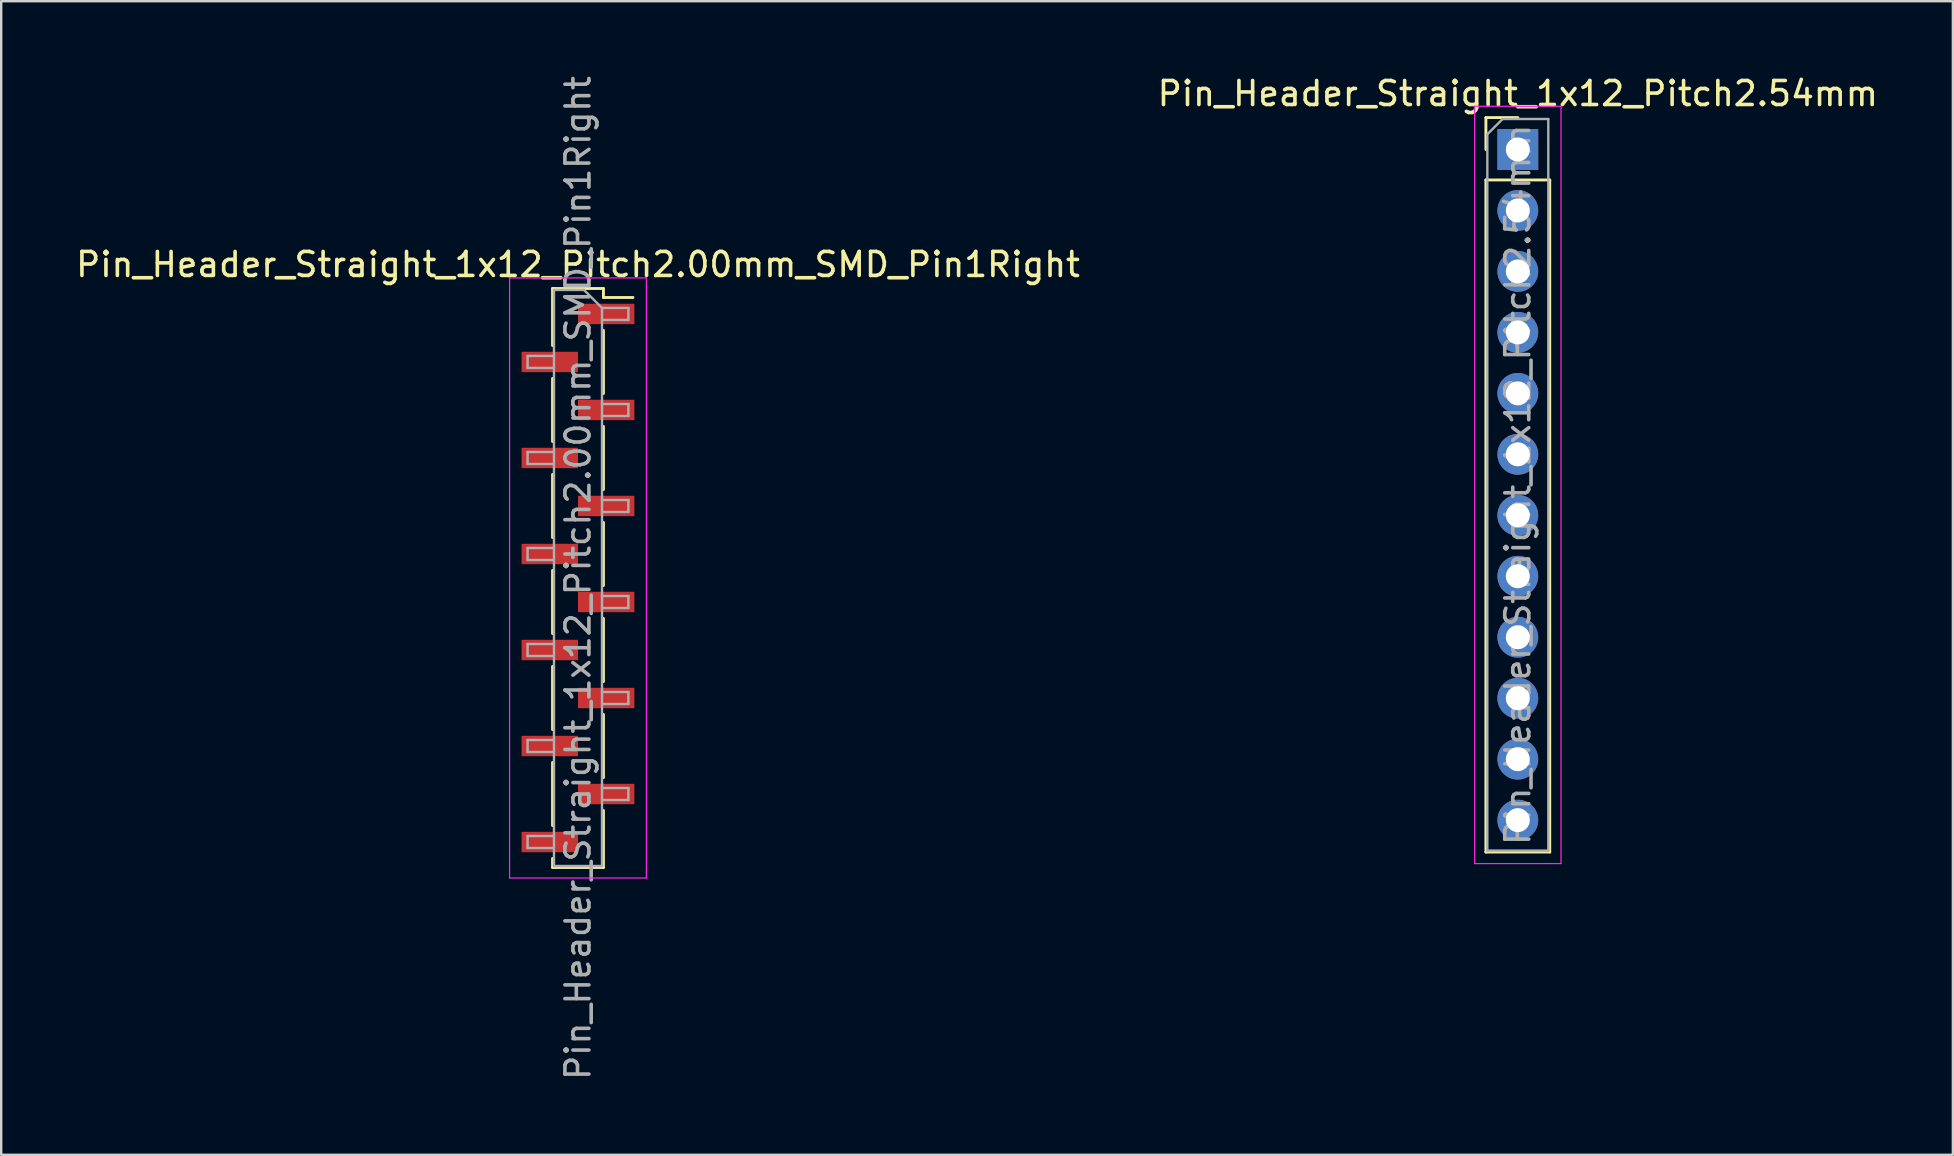
<source format=kicad_pcb>
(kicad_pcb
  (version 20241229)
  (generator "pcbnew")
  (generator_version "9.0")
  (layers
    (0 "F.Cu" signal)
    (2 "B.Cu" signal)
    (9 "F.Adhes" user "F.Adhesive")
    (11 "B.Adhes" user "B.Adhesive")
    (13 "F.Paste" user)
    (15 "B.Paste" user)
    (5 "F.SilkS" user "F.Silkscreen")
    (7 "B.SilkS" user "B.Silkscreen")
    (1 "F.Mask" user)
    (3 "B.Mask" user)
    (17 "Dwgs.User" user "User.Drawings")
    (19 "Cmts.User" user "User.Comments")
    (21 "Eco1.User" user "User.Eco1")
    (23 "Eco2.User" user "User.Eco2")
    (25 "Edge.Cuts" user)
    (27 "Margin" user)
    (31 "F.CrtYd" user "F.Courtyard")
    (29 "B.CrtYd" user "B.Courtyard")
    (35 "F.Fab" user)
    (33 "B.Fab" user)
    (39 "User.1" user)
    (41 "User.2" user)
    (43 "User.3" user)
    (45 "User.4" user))
  (footprint "Pin_Header_Straight_1x12_Pitch2.54mm"
    (layer "F.Cu")
    (at 60.185 3.178)
    (property "Reference" "Pin_Header_Straight_1x12_Pitch2.54mm" (at 0 -2.33 0) (layer "F.SilkS") (effects (font (size 1 1) (thickness 0.15))))
    (attr through_hole)
    (fp_line (start -1.33 -1.33) (end 0 -1.33) (stroke (width 0.12) (type solid)) (layer "F.SilkS"))
    (fp_line (start -1.33 0) (end -1.33 -1.33) (stroke (width 0.12) (type solid)) (layer "F.SilkS"))
    (fp_line (start -1.33 1.27) (end -1.33 29.27) (stroke (width 0.12) (type solid)) (layer "F.SilkS"))
    (fp_line (start -1.33 1.27) (end 1.33 1.27) (stroke (width 0.12) (type solid)) (layer "F.SilkS"))
    (fp_line (start -1.33 29.27) (end 1.33 29.27) (stroke (width 0.12) (type solid)) (layer "F.SilkS"))
    (fp_line (start 1.33 1.27) (end 1.33 29.27) (stroke (width 0.12) (type solid)) (layer "F.SilkS"))
    (fp_line (start -1.8 -1.8) (end -1.8 29.75) (stroke (width 0.05) (type solid)) (layer "F.CrtYd"))
    (fp_line (start -1.8 29.75) (end 1.8 29.75) (stroke (width 0.05) (type solid)) (layer "F.CrtYd"))
    (fp_line (start 1.8 -1.8) (end -1.8 -1.8) (stroke (width 0.05) (type solid)) (layer "F.CrtYd"))
    (fp_line (start 1.8 29.75) (end 1.8 -1.8) (stroke (width 0.05) (type solid)) (layer "F.CrtYd"))
    (fp_line (start -1.27 -0.635) (end -0.635 -1.27) (stroke (width 0.1) (type solid)) (layer "F.Fab"))
    (fp_line (start -1.27 29.21) (end -1.27 -0.635) (stroke (width 0.1) (type solid)) (layer "F.Fab"))
    (fp_line (start -0.635 -1.27) (end 1.27 -1.27) (stroke (width 0.1) (type solid)) (layer "F.Fab"))
    (fp_line (start 1.27 -1.27) (end 1.27 29.21) (stroke (width 0.1) (type solid)) (layer "F.Fab"))
    (fp_line (start 1.27 29.21) (end -1.27 29.21) (stroke (width 0.1) (type solid)) (layer "F.Fab"))
    (fp_text user "${REFERENCE}" (at 0 13.97 90) (layer "F.Fab") (effects (font (size 1 1) (thickness 0.15))))
    (pad "1" thru_hole rect (at 0 0) (size 1.7 1.7) (drill 1) (layers "*.Cu" "*.Mask"))
    (pad "2" thru_hole oval (at 0 2.54) (size 1.7 1.7) (drill 1) (layers "*.Cu" "*.Mask"))
    (pad "3" thru_hole oval (at 0 5.08) (size 1.7 1.7) (drill 1) (layers "*.Cu" "*.Mask"))
    (pad "4" thru_hole oval (at 0 7.62) (size 1.7 1.7) (drill 1) (layers "*.Cu" "*.Mask"))
    (pad "5" thru_hole oval (at 0 10.16) (size 1.7 1.7) (drill 1) (layers "*.Cu" "*.Mask"))
    (pad "6" thru_hole oval (at 0 12.7) (size 1.7 1.7) (drill 1) (layers "*.Cu" "*.Mask"))
    (pad "7" thru_hole oval (at 0 15.24) (size 1.7 1.7) (drill 1) (layers "*.Cu" "*.Mask"))
    (pad "8" thru_hole oval (at 0 17.78) (size 1.7 1.7) (drill 1) (layers "*.Cu" "*.Mask"))
    (pad "9" thru_hole oval (at 0 20.32) (size 1.7 1.7) (drill 1) (layers "*.Cu" "*.Mask"))
    (pad "10" thru_hole oval (at 0 22.86) (size 1.7 1.7) (drill 1) (layers "*.Cu" "*.Mask"))
    (pad "11" thru_hole oval (at 0 25.4) (size 1.7 1.7) (drill 1) (layers "*.Cu" "*.Mask"))
    (pad "12" thru_hole oval (at 0 27.94) (size 1.7 1.7) (drill 1) (layers "*.Cu" "*.Mask")))
  (footprint "Pin_Header_Straight_1x12_Pitch2.00mm_SMD_Pin1Right"
    (layer "F.Cu")
    (at 21.03 21.03)
    (property "Reference" "Pin_Header_Straight_1x12_Pitch2.00mm_SMD_Pin1Right" (at 0 -13.06 0) (layer "F.SilkS") (effects (font (size 1 1) (thickness 0.15))))
    (attr smd)
    (fp_line (start -1.06 -12.06) (end -1.06 -9.685) (stroke (width 0.12) (type solid)) (layer "F.SilkS"))
    (fp_line (start -1.06 -12.06) (end 1.06 -12.06) (stroke (width 0.12) (type solid)) (layer "F.SilkS"))
    (fp_line (start -1.06 -8.315) (end -1.06 -5.685) (stroke (width 0.12) (type solid)) (layer "F.SilkS"))
    (fp_line (start -1.06 -4.315) (end -1.06 -1.685) (stroke (width 0.12) (type solid)) (layer "F.SilkS"))
    (fp_line (start -1.06 -0.315) (end -1.06 2.315) (stroke (width 0.12) (type solid)) (layer "F.SilkS"))
    (fp_line (start -1.06 3.685) (end -1.06 6.315) (stroke (width 0.12) (type solid)) (layer "F.SilkS"))
    (fp_line (start -1.06 7.685) (end -1.06 10.315) (stroke (width 0.12) (type solid)) (layer "F.SilkS"))
    (fp_line (start -1.06 11.685) (end -1.06 12.06) (stroke (width 0.12) (type solid)) (layer "F.SilkS"))
    (fp_line (start -1.06 12.06) (end 1.06 12.06) (stroke (width 0.12) (type solid)) (layer "F.SilkS"))
    (fp_line (start 1.06 -12.06) (end 1.06 -11.685) (stroke (width 0.12) (type solid)) (layer "F.SilkS"))
    (fp_line (start 1.06 -11.685) (end 2.29 -11.685) (stroke (width 0.12) (type solid)) (layer "F.SilkS"))
    (fp_line (start 1.06 -10.315) (end 1.06 -7.685) (stroke (width 0.12) (type solid)) (layer "F.SilkS"))
    (fp_line (start 1.06 -6.315) (end 1.06 -3.685) (stroke (width 0.12) (type solid)) (layer "F.SilkS"))
    (fp_line (start 1.06 -2.315) (end 1.06 0.315) (stroke (width 0.12) (type solid)) (layer "F.SilkS"))
    (fp_line (start 1.06 1.685) (end 1.06 4.315) (stroke (width 0.12) (type solid)) (layer "F.SilkS"))
    (fp_line (start 1.06 5.685) (end 1.06 8.315) (stroke (width 0.12) (type solid)) (layer "F.SilkS"))
    (fp_line (start 1.06 9.685) (end 1.06 12.06) (stroke (width 0.12) (type solid)) (layer "F.SilkS"))
    (fp_line (start -2.85 -12.5) (end -2.85 12.5) (stroke (width 0.05) (type solid)) (layer "F.CrtYd"))
    (fp_line (start -2.85 12.5) (end 2.85 12.5) (stroke (width 0.05) (type solid)) (layer "F.CrtYd"))
    (fp_line (start 2.85 -12.5) (end -2.85 -12.5) (stroke (width 0.05) (type solid)) (layer "F.CrtYd"))
    (fp_line (start 2.85 12.5) (end 2.85 -12.5) (stroke (width 0.05) (type solid)) (layer "F.CrtYd"))
    (fp_line (start -2.1 -9.25) (end -2.1 -8.75) (stroke (width 0.1) (type solid)) (layer "F.Fab"))
    (fp_line (start -2.1 -8.75) (end -1 -8.75) (stroke (width 0.1) (type solid)) (layer "F.Fab"))
    (fp_line (start -2.1 -5.25) (end -2.1 -4.75) (stroke (width 0.1) (type solid)) (layer "F.Fab"))
    (fp_line (start -2.1 -4.75) (end -1 -4.75) (stroke (width 0.1) (type solid)) (layer "F.Fab"))
    (fp_line (start -2.1 -1.25) (end -2.1 -0.75) (stroke (width 0.1) (type solid)) (layer "F.Fab"))
    (fp_line (start -2.1 -0.75) (end -1 -0.75) (stroke (width 0.1) (type solid)) (layer "F.Fab"))
    (fp_line (start -2.1 2.75) (end -2.1 3.25) (stroke (width 0.1) (type solid)) (layer "F.Fab"))
    (fp_line (start -2.1 3.25) (end -1 3.25) (stroke (width 0.1) (type solid)) (layer "F.Fab"))
    (fp_line (start -2.1 6.75) (end -2.1 7.25) (stroke (width 0.1) (type solid)) (layer "F.Fab"))
    (fp_line (start -2.1 7.25) (end -1 7.25) (stroke (width 0.1) (type solid)) (layer "F.Fab"))
    (fp_line (start -2.1 10.75) (end -2.1 11.25) (stroke (width 0.1) (type solid)) (layer "F.Fab"))
    (fp_line (start -2.1 11.25) (end -1 11.25) (stroke (width 0.1) (type solid)) (layer "F.Fab"))
    (fp_line (start -1 -12) (end -1 12) (stroke (width 0.1) (type solid)) (layer "F.Fab"))
    (fp_line (start -1 -12) (end 0.25 -12) (stroke (width 0.1) (type solid)) (layer "F.Fab"))
    (fp_line (start -1 -9.25) (end -2.1 -9.25) (stroke (width 0.1) (type solid)) (layer "F.Fab"))
    (fp_line (start -1 -5.25) (end -2.1 -5.25) (stroke (width 0.1) (type solid)) (layer "F.Fab"))
    (fp_line (start -1 -1.25) (end -2.1 -1.25) (stroke (width 0.1) (type solid)) (layer "F.Fab"))
    (fp_line (start -1 2.75) (end -2.1 2.75) (stroke (width 0.1) (type solid)) (layer "F.Fab"))
    (fp_line (start -1 6.75) (end -2.1 6.75) (stroke (width 0.1) (type solid)) (layer "F.Fab"))
    (fp_line (start -1 10.75) (end -2.1 10.75) (stroke (width 0.1) (type solid)) (layer "F.Fab"))
    (fp_line (start 1 -11.25) (end 0.25 -12) (stroke (width 0.1) (type solid)) (layer "F.Fab"))
    (fp_line (start 1 -11.25) (end 2.1 -11.25) (stroke (width 0.1) (type solid)) (layer "F.Fab"))
    (fp_line (start 1 -7.25) (end 2.1 -7.25) (stroke (width 0.1) (type solid)) (layer "F.Fab"))
    (fp_line (start 1 -3.25) (end 2.1 -3.25) (stroke (width 0.1) (type solid)) (layer "F.Fab"))
    (fp_line (start 1 0.75) (end 2.1 0.75) (stroke (width 0.1) (type solid)) (layer "F.Fab"))
    (fp_line (start 1 4.75) (end 2.1 4.75) (stroke (width 0.1) (type solid)) (layer "F.Fab"))
    (fp_line (start 1 8.75) (end 2.1 8.75) (stroke (width 0.1) (type solid)) (layer "F.Fab"))
    (fp_line (start 1 12) (end -1 12) (stroke (width 0.1) (type solid)) (layer "F.Fab"))
    (fp_line (start 1 12) (end 1 -11.25) (stroke (width 0.1) (type solid)) (layer "F.Fab"))
    (fp_line (start 2.1 -11.25) (end 2.1 -10.75) (stroke (width 0.1) (type solid)) (layer "F.Fab"))
    (fp_line (start 2.1 -10.75) (end 1 -10.75) (stroke (width 0.1) (type solid)) (layer "F.Fab"))
    (fp_line (start 2.1 -7.25) (end 2.1 -6.75) (stroke (width 0.1) (type solid)) (layer "F.Fab"))
    (fp_line (start 2.1 -6.75) (end 1 -6.75) (stroke (width 0.1) (type solid)) (layer "F.Fab"))
    (fp_line (start 2.1 -3.25) (end 2.1 -2.75) (stroke (width 0.1) (type solid)) (layer "F.Fab"))
    (fp_line (start 2.1 -2.75) (end 1 -2.75) (stroke (width 0.1) (type solid)) (layer "F.Fab"))
    (fp_line (start 2.1 0.75) (end 2.1 1.25) (stroke (width 0.1) (type solid)) (layer "F.Fab"))
    (fp_line (start 2.1 1.25) (end 1 1.25) (stroke (width 0.1) (type solid)) (layer "F.Fab"))
    (fp_line (start 2.1 4.75) (end 2.1 5.25) (stroke (width 0.1) (type solid)) (layer "F.Fab"))
    (fp_line (start 2.1 5.25) (end 1 5.25) (stroke (width 0.1) (type solid)) (layer "F.Fab"))
    (fp_line (start 2.1 8.75) (end 2.1 9.25) (stroke (width 0.1) (type solid)) (layer "F.Fab"))
    (fp_line (start 2.1 9.25) (end 1 9.25) (stroke (width 0.1) (type solid)) (layer "F.Fab"))
    (fp_text user "${REFERENCE}" (at 0 0 90) (layer "F.Fab") (effects (font (size 1 1) (thickness 0.15))))
    (pad "1" smd rect (at 1.175 -11) (size 2.35 0.85) (layers "F.Cu" "F.Mask" "F.Paste"))
    (pad "2" smd rect (at -1.175 -9) (size 2.35 0.85) (layers "F.Cu" "F.Mask" "F.Paste"))
    (pad "3" smd rect (at 1.175 -7) (size 2.35 0.85) (layers "F.Cu" "F.Mask" "F.Paste"))
    (pad "4" smd rect (at -1.175 -5) (size 2.35 0.85) (layers "F.Cu" "F.Mask" "F.Paste"))
    (pad "5" smd rect (at 1.175 -3) (size 2.35 0.85) (layers "F.Cu" "F.Mask" "F.Paste"))
    (pad "6" smd rect (at -1.175 -1) (size 2.35 0.85) (layers "F.Cu" "F.Mask" "F.Paste"))
    (pad "7" smd rect (at 1.175 1) (size 2.35 0.85) (layers "F.Cu" "F.Mask" "F.Paste"))
    (pad "8" smd rect (at -1.175 3) (size 2.35 0.85) (layers "F.Cu" "F.Mask" "F.Paste"))
    (pad "9" smd rect (at 1.175 5) (size 2.35 0.85) (layers "F.Cu" "F.Mask" "F.Paste"))
    (pad "10" smd rect (at -1.175 7) (size 2.35 0.85) (layers "F.Cu" "F.Mask" "F.Paste"))
    (pad "11" smd rect (at 1.175 9) (size 2.35 0.85) (layers "F.Cu" "F.Mask" "F.Paste"))
    (pad "12" smd rect (at -1.175 11) (size 2.35 0.85) (layers "F.Cu" "F.Mask" "F.Paste")))
  (gr_rect
    (start -3 -3)
    (end 78.31 45.06)
    (stroke (width 0.1) (type default))
    (fill no)
    (layer "Edge.Cuts")))
</source>
